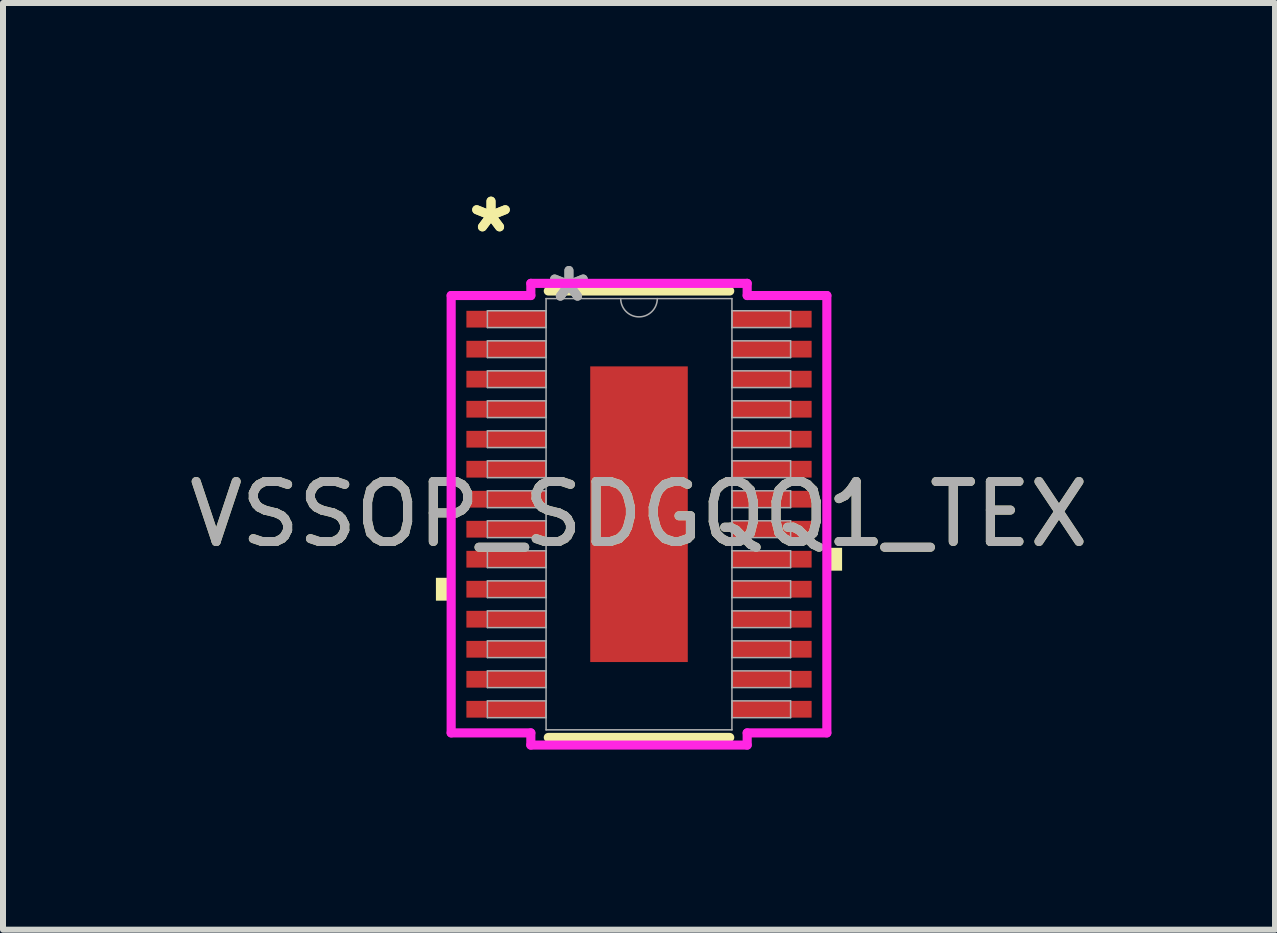
<source format=kicad_pcb>
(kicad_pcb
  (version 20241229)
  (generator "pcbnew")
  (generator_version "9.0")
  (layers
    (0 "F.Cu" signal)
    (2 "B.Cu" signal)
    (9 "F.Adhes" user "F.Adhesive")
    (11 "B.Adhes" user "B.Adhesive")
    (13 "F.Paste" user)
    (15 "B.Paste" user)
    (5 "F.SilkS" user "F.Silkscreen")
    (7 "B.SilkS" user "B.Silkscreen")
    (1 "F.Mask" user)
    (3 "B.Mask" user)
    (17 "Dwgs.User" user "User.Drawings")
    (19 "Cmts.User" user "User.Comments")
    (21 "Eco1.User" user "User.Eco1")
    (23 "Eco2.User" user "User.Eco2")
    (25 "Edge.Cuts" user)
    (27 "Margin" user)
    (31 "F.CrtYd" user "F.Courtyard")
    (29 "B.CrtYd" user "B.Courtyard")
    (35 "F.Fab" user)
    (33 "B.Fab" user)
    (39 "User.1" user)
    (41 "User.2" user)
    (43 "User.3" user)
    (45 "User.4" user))
  (footprint "VSSOP_SDGQQ1_TEX"
    (layer "F.Cu")
    (at 7.601 5.521)
    (property "Reference" "VSSOP_SDGQQ1_TEX" (at 0 0 0) (unlocked yes) (layer "F.SilkS") (effects (font (size 1 1) (thickness 0.15))))
    (attr smd)
    (fp_line (start -1.512 3.721) (end 1.512 3.721) (stroke (width 0.152) (type solid)) (layer "F.SilkS"))
    (fp_line (start 1.512 -3.721) (end -1.512 -3.721) (stroke (width 0.152) (type solid)) (layer "F.SilkS"))
    (fp_poly (pts (xy -3.385 1.06) (xy -3.385 1.441) (xy -3.131 1.441) (xy -3.131 1.06)) (stroke (width 0) (type solid)) (fill yes) (layer "F.SilkS"))
    (fp_poly (pts (xy 3.385 0.56) (xy 3.385 0.941) (xy 3.131 0.941) (xy 3.131 0.56)) (stroke (width 0) (type solid)) (fill yes) (layer "F.SilkS"))
    (fp_poly (pts (xy -0.713 -2.364) (xy -0.713 -0.921) (xy 0.713 -0.921) (xy 0.713 -2.364)) (stroke (width 0) (type solid)) (fill yes) (layer "F.Paste"))
    (fp_poly (pts (xy -0.713 -0.721) (xy -0.713 0.721) (xy 0.713 0.721) (xy 0.713 -0.721)) (stroke (width 0) (type solid)) (fill yes) (layer "F.Paste"))
    (fp_poly (pts (xy -0.713 0.921) (xy -0.713 2.364) (xy 0.713 2.364) (xy 0.713 0.921)) (stroke (width 0) (type solid)) (fill yes) (layer "F.Paste"))
    (fp_line (start -3.131 -3.645) (end -1.803 -3.645) (stroke (width 0.152) (type solid)) (layer "F.CrtYd"))
    (fp_line (start -3.131 3.645) (end -3.131 -3.645) (stroke (width 0.152) (type solid)) (layer "F.CrtYd"))
    (fp_line (start -3.131 3.645) (end -1.803 3.645) (stroke (width 0.152) (type solid)) (layer "F.CrtYd"))
    (fp_line (start -1.803 -3.848) (end 1.803 -3.848) (stroke (width 0.152) (type solid)) (layer "F.CrtYd"))
    (fp_line (start -1.803 -3.645) (end -1.803 -3.848) (stroke (width 0.152) (type solid)) (layer "F.CrtYd"))
    (fp_line (start -1.803 3.848) (end -1.803 3.645) (stroke (width 0.152) (type solid)) (layer "F.CrtYd"))
    (fp_line (start 1.803 -3.848) (end 1.803 -3.645) (stroke (width 0.152) (type solid)) (layer "F.CrtYd"))
    (fp_line (start 1.803 3.645) (end 1.803 3.848) (stroke (width 0.152) (type solid)) (layer "F.CrtYd"))
    (fp_line (start 1.803 3.848) (end -1.803 3.848) (stroke (width 0.152) (type solid)) (layer "F.CrtYd"))
    (fp_line (start 3.131 -3.645) (end 1.803 -3.645) (stroke (width 0.152) (type solid)) (layer "F.CrtYd"))
    (fp_line (start 3.131 -3.645) (end 3.131 3.645) (stroke (width 0.152) (type solid)) (layer "F.CrtYd"))
    (fp_line (start 3.131 3.645) (end 1.803 3.645) (stroke (width 0.152) (type solid)) (layer "F.CrtYd"))
    (fp_line (start -2.527 -3.391) (end -2.527 -3.111) (stroke (width 0.025) (type solid)) (layer "F.Fab"))
    (fp_line (start -2.527 -3.111) (end -1.549 -3.111) (stroke (width 0.025) (type solid)) (layer "F.Fab"))
    (fp_line (start -2.527 -2.89) (end -2.527 -2.611) (stroke (width 0.025) (type solid)) (layer "F.Fab"))
    (fp_line (start -2.527 -2.611) (end -1.549 -2.611) (stroke (width 0.025) (type solid)) (layer "F.Fab"))
    (fp_line (start -2.527 -2.39) (end -2.527 -2.111) (stroke (width 0.025) (type solid)) (layer "F.Fab"))
    (fp_line (start -2.527 -2.111) (end -1.549 -2.111) (stroke (width 0.025) (type solid)) (layer "F.Fab"))
    (fp_line (start -2.527 -1.89) (end -2.527 -1.611) (stroke (width 0.025) (type solid)) (layer "F.Fab"))
    (fp_line (start -2.527 -1.611) (end -1.549 -1.611) (stroke (width 0.025) (type solid)) (layer "F.Fab"))
    (fp_line (start -2.527 -1.39) (end -2.527 -1.111) (stroke (width 0.025) (type solid)) (layer "F.Fab"))
    (fp_line (start -2.527 -1.111) (end -1.549 -1.111) (stroke (width 0.025) (type solid)) (layer "F.Fab"))
    (fp_line (start -2.527 -0.89) (end -2.527 -0.61) (stroke (width 0.025) (type solid)) (layer "F.Fab"))
    (fp_line (start -2.527 -0.61) (end -1.549 -0.61) (stroke (width 0.025) (type solid)) (layer "F.Fab"))
    (fp_line (start -2.527 -0.39) (end -2.527 -0.11) (stroke (width 0.025) (type solid)) (layer "F.Fab"))
    (fp_line (start -2.527 -0.11) (end -1.549 -0.11) (stroke (width 0.025) (type solid)) (layer "F.Fab"))
    (fp_line (start -2.527 0.11) (end -2.527 0.39) (stroke (width 0.025) (type solid)) (layer "F.Fab"))
    (fp_line (start -2.527 0.39) (end -1.549 0.39) (stroke (width 0.025) (type solid)) (layer "F.Fab"))
    (fp_line (start -2.527 0.61) (end -2.527 0.89) (stroke (width 0.025) (type solid)) (layer "F.Fab"))
    (fp_line (start -2.527 0.89) (end -1.549 0.89) (stroke (width 0.025) (type solid)) (layer "F.Fab"))
    (fp_line (start -2.527 1.111) (end -2.527 1.39) (stroke (width 0.025) (type solid)) (layer "F.Fab"))
    (fp_line (start -2.527 1.39) (end -1.549 1.39) (stroke (width 0.025) (type solid)) (layer "F.Fab"))
    (fp_line (start -2.527 1.611) (end -2.527 1.89) (stroke (width 0.025) (type solid)) (layer "F.Fab"))
    (fp_line (start -2.527 1.89) (end -1.549 1.89) (stroke (width 0.025) (type solid)) (layer "F.Fab"))
    (fp_line (start -2.527 2.111) (end -2.527 2.39) (stroke (width 0.025) (type solid)) (layer "F.Fab"))
    (fp_line (start -2.527 2.39) (end -1.549 2.39) (stroke (width 0.025) (type solid)) (layer "F.Fab"))
    (fp_line (start -2.527 2.611) (end -2.527 2.89) (stroke (width 0.025) (type solid)) (layer "F.Fab"))
    (fp_line (start -2.527 2.89) (end -1.549 2.89) (stroke (width 0.025) (type solid)) (layer "F.Fab"))
    (fp_line (start -2.527 3.111) (end -2.527 3.391) (stroke (width 0.025) (type solid)) (layer "F.Fab"))
    (fp_line (start -2.527 3.391) (end -1.549 3.391) (stroke (width 0.025) (type solid)) (layer "F.Fab"))
    (fp_line (start -1.549 -3.594) (end -1.549 3.594) (stroke (width 0.025) (type solid)) (layer "F.Fab"))
    (fp_line (start -1.549 -3.391) (end -2.527 -3.391) (stroke (width 0.025) (type solid)) (layer "F.Fab"))
    (fp_line (start -1.549 -3.111) (end -1.549 -3.391) (stroke (width 0.025) (type solid)) (layer "F.Fab"))
    (fp_line (start -1.549 -2.89) (end -2.527 -2.89) (stroke (width 0.025) (type solid)) (layer "F.Fab"))
    (fp_line (start -1.549 -2.611) (end -1.549 -2.89) (stroke (width 0.025) (type solid)) (layer "F.Fab"))
    (fp_line (start -1.549 -2.39) (end -2.527 -2.39) (stroke (width 0.025) (type solid)) (layer "F.Fab"))
    (fp_line (start -1.549 -2.111) (end -1.549 -2.39) (stroke (width 0.025) (type solid)) (layer "F.Fab"))
    (fp_line (start -1.549 -1.89) (end -2.527 -1.89) (stroke (width 0.025) (type solid)) (layer "F.Fab"))
    (fp_line (start -1.549 -1.611) (end -1.549 -1.89) (stroke (width 0.025) (type solid)) (layer "F.Fab"))
    (fp_line (start -1.549 -1.39) (end -2.527 -1.39) (stroke (width 0.025) (type solid)) (layer "F.Fab"))
    (fp_line (start -1.549 -1.111) (end -1.549 -1.39) (stroke (width 0.025) (type solid)) (layer "F.Fab"))
    (fp_line (start -1.549 -0.89) (end -2.527 -0.89) (stroke (width 0.025) (type solid)) (layer "F.Fab"))
    (fp_line (start -1.549 -0.61) (end -1.549 -0.89) (stroke (width 0.025) (type solid)) (layer "F.Fab"))
    (fp_line (start -1.549 -0.39) (end -2.527 -0.39) (stroke (width 0.025) (type solid)) (layer "F.Fab"))
    (fp_line (start -1.549 -0.11) (end -1.549 -0.39) (stroke (width 0.025) (type solid)) (layer "F.Fab"))
    (fp_line (start -1.549 0.11) (end -2.527 0.11) (stroke (width 0.025) (type solid)) (layer "F.Fab"))
    (fp_line (start -1.549 0.39) (end -1.549 0.11) (stroke (width 0.025) (type solid)) (layer "F.Fab"))
    (fp_line (start -1.549 0.61) (end -2.527 0.61) (stroke (width 0.025) (type solid)) (layer "F.Fab"))
    (fp_line (start -1.549 0.89) (end -1.549 0.61) (stroke (width 0.025) (type solid)) (layer "F.Fab"))
    (fp_line (start -1.549 1.111) (end -2.527 1.111) (stroke (width 0.025) (type solid)) (layer "F.Fab"))
    (fp_line (start -1.549 1.39) (end -1.549 1.111) (stroke (width 0.025) (type solid)) (layer "F.Fab"))
    (fp_line (start -1.549 1.611) (end -2.527 1.611) (stroke (width 0.025) (type solid)) (layer "F.Fab"))
    (fp_line (start -1.549 1.89) (end -1.549 1.611) (stroke (width 0.025) (type solid)) (layer "F.Fab"))
    (fp_line (start -1.549 2.111) (end -2.527 2.111) (stroke (width 0.025) (type solid)) (layer "F.Fab"))
    (fp_line (start -1.549 2.39) (end -1.549 2.111) (stroke (width 0.025) (type solid)) (layer "F.Fab"))
    (fp_line (start -1.549 2.611) (end -2.527 2.611) (stroke (width 0.025) (type solid)) (layer "F.Fab"))
    (fp_line (start -1.549 2.89) (end -1.549 2.611) (stroke (width 0.025) (type solid)) (layer "F.Fab"))
    (fp_line (start -1.549 3.111) (end -2.527 3.111) (stroke (width 0.025) (type solid)) (layer "F.Fab"))
    (fp_line (start -1.549 3.391) (end -1.549 3.111) (stroke (width 0.025) (type solid)) (layer "F.Fab"))
    (fp_line (start -1.549 3.594) (end 1.549 3.594) (stroke (width 0.025) (type solid)) (layer "F.Fab"))
    (fp_line (start 1.549 -3.594) (end -1.549 -3.594) (stroke (width 0.025) (type solid)) (layer "F.Fab"))
    (fp_line (start 1.549 -3.391) (end 1.549 -3.111) (stroke (width 0.025) (type solid)) (layer "F.Fab"))
    (fp_line (start 1.549 -3.111) (end 2.527 -3.111) (stroke (width 0.025) (type solid)) (layer "F.Fab"))
    (fp_line (start 1.549 -2.89) (end 1.549 -2.611) (stroke (width 0.025) (type solid)) (layer "F.Fab"))
    (fp_line (start 1.549 -2.611) (end 2.527 -2.611) (stroke (width 0.025) (type solid)) (layer "F.Fab"))
    (fp_line (start 1.549 -2.39) (end 1.549 -2.111) (stroke (width 0.025) (type solid)) (layer "F.Fab"))
    (fp_line (start 1.549 -2.111) (end 2.527 -2.111) (stroke (width 0.025) (type solid)) (layer "F.Fab"))
    (fp_line (start 1.549 -1.89) (end 1.549 -1.611) (stroke (width 0.025) (type solid)) (layer "F.Fab"))
    (fp_line (start 1.549 -1.611) (end 2.527 -1.611) (stroke (width 0.025) (type solid)) (layer "F.Fab"))
    (fp_line (start 1.549 -1.39) (end 1.549 -1.111) (stroke (width 0.025) (type solid)) (layer "F.Fab"))
    (fp_line (start 1.549 -1.111) (end 2.527 -1.111) (stroke (width 0.025) (type solid)) (layer "F.Fab"))
    (fp_line (start 1.549 -0.89) (end 1.549 -0.61) (stroke (width 0.025) (type solid)) (layer "F.Fab"))
    (fp_line (start 1.549 -0.61) (end 2.527 -0.61) (stroke (width 0.025) (type solid)) (layer "F.Fab"))
    (fp_line (start 1.549 -0.39) (end 1.549 -0.11) (stroke (width 0.025) (type solid)) (layer "F.Fab"))
    (fp_line (start 1.549 -0.11) (end 2.527 -0.11) (stroke (width 0.025) (type solid)) (layer "F.Fab"))
    (fp_line (start 1.549 0.11) (end 1.549 0.39) (stroke (width 0.025) (type solid)) (layer "F.Fab"))
    (fp_line (start 1.549 0.39) (end 2.527 0.39) (stroke (width 0.025) (type solid)) (layer "F.Fab"))
    (fp_line (start 1.549 0.61) (end 1.549 0.89) (stroke (width 0.025) (type solid)) (layer "F.Fab"))
    (fp_line (start 1.549 0.89) (end 2.527 0.89) (stroke (width 0.025) (type solid)) (layer "F.Fab"))
    (fp_line (start 1.549 1.111) (end 1.549 1.39) (stroke (width 0.025) (type solid)) (layer "F.Fab"))
    (fp_line (start 1.549 1.39) (end 2.527 1.39) (stroke (width 0.025) (type solid)) (layer "F.Fab"))
    (fp_line (start 1.549 1.611) (end 1.549 1.89) (stroke (width 0.025) (type solid)) (layer "F.Fab"))
    (fp_line (start 1.549 1.89) (end 2.527 1.89) (stroke (width 0.025) (type solid)) (layer "F.Fab"))
    (fp_line (start 1.549 2.111) (end 1.549 2.39) (stroke (width 0.025) (type solid)) (layer "F.Fab"))
    (fp_line (start 1.549 2.39) (end 2.527 2.39) (stroke (width 0.025) (type solid)) (layer "F.Fab"))
    (fp_line (start 1.549 2.611) (end 1.549 2.89) (stroke (width 0.025) (type solid)) (layer "F.Fab"))
    (fp_line (start 1.549 2.89) (end 2.527 2.89) (stroke (width 0.025) (type solid)) (layer "F.Fab"))
    (fp_line (start 1.549 3.111) (end 1.549 3.391) (stroke (width 0.025) (type solid)) (layer "F.Fab"))
    (fp_line (start 1.549 3.391) (end 2.527 3.391) (stroke (width 0.025) (type solid)) (layer "F.Fab"))
    (fp_line (start 1.549 3.594) (end 1.549 -3.594) (stroke (width 0.025) (type solid)) (layer "F.Fab"))
    (fp_line (start 2.527 -3.391) (end 1.549 -3.391) (stroke (width 0.025) (type solid)) (layer "F.Fab"))
    (fp_line (start 2.527 -3.111) (end 2.527 -3.391) (stroke (width 0.025) (type solid)) (layer "F.Fab"))
    (fp_line (start 2.527 -2.89) (end 1.549 -2.89) (stroke (width 0.025) (type solid)) (layer "F.Fab"))
    (fp_line (start 2.527 -2.611) (end 2.527 -2.89) (stroke (width 0.025) (type solid)) (layer "F.Fab"))
    (fp_line (start 2.527 -2.39) (end 1.549 -2.39) (stroke (width 0.025) (type solid)) (layer "F.Fab"))
    (fp_line (start 2.527 -2.111) (end 2.527 -2.39) (stroke (width 0.025) (type solid)) (layer "F.Fab"))
    (fp_line (start 2.527 -1.89) (end 1.549 -1.89) (stroke (width 0.025) (type solid)) (layer "F.Fab"))
    (fp_line (start 2.527 -1.611) (end 2.527 -1.89) (stroke (width 0.025) (type solid)) (layer "F.Fab"))
    (fp_line (start 2.527 -1.39) (end 1.549 -1.39) (stroke (width 0.025) (type solid)) (layer "F.Fab"))
    (fp_line (start 2.527 -1.111) (end 2.527 -1.39) (stroke (width 0.025) (type solid)) (layer "F.Fab"))
    (fp_line (start 2.527 -0.89) (end 1.549 -0.89) (stroke (width 0.025) (type solid)) (layer "F.Fab"))
    (fp_line (start 2.527 -0.61) (end 2.527 -0.89) (stroke (width 0.025) (type solid)) (layer "F.Fab"))
    (fp_line (start 2.527 -0.39) (end 1.549 -0.39) (stroke (width 0.025) (type solid)) (layer "F.Fab"))
    (fp_line (start 2.527 -0.11) (end 2.527 -0.39) (stroke (width 0.025) (type solid)) (layer "F.Fab"))
    (fp_line (start 2.527 0.11) (end 1.549 0.11) (stroke (width 0.025) (type solid)) (layer "F.Fab"))
    (fp_line (start 2.527 0.39) (end 2.527 0.11) (stroke (width 0.025) (type solid)) (layer "F.Fab"))
    (fp_line (start 2.527 0.61) (end 1.549 0.61) (stroke (width 0.025) (type solid)) (layer "F.Fab"))
    (fp_line (start 2.527 0.89) (end 2.527 0.61) (stroke (width 0.025) (type solid)) (layer "F.Fab"))
    (fp_line (start 2.527 1.111) (end 1.549 1.111) (stroke (width 0.025) (type solid)) (layer "F.Fab"))
    (fp_line (start 2.527 1.39) (end 2.527 1.111) (stroke (width 0.025) (type solid)) (layer "F.Fab"))
    (fp_line (start 2.527 1.611) (end 1.549 1.611) (stroke (width 0.025) (type solid)) (layer "F.Fab"))
    (fp_line (start 2.527 1.89) (end 2.527 1.611) (stroke (width 0.025) (type solid)) (layer "F.Fab"))
    (fp_line (start 2.527 2.111) (end 1.549 2.111) (stroke (width 0.025) (type solid)) (layer "F.Fab"))
    (fp_line (start 2.527 2.39) (end 2.527 2.111) (stroke (width 0.025) (type solid)) (layer "F.Fab"))
    (fp_line (start 2.527 2.611) (end 1.549 2.611) (stroke (width 0.025) (type solid)) (layer "F.Fab"))
    (fp_line (start 2.527 2.89) (end 2.527 2.611) (stroke (width 0.025) (type solid)) (layer "F.Fab"))
    (fp_line (start 2.527 3.111) (end 1.549 3.111) (stroke (width 0.025) (type solid)) (layer "F.Fab"))
    (fp_line (start 2.527 3.391) (end 2.527 3.111) (stroke (width 0.025) (type solid)) (layer "F.Fab"))
    (fp_arc (start 0.3048 -3.5941) (mid 0 -3.2893) (end -0.3048 -3.5941) (stroke (width 0.0254) (type solid)) (layer "F.Fab"))
    (fp_text user "*" (at -2.467 -4.673 0) (layer "F.SilkS") (effects (font (size 1 1) (thickness 0.15))))
    (fp_text user "*" (at -2.467 -4.673 0) (unlocked yes) (layer "F.SilkS") (effects (font (size 1 1) (thickness 0.15))))
    (fp_text user "*" (at -1.168 -3.518 0) (unlocked yes) (layer "F.Fab") (effects (font (size 1 1) (thickness 0.15))))
    (fp_text user "${REFERENCE}" (at 0 0 0) (unlocked yes) (layer "F.Fab") (effects (font (size 1 1) (thickness 0.15))))
    (fp_text user "*" (at -1.168 -3.518 0) (layer "F.Fab") (effects (font (size 1 1) (thickness 0.15))))
    (pad "1" smd rect (at -2.213 -3.251) (size 1.328 0.279) (layers "F.Cu" "F.Mask" "F.Paste"))
    (pad "2" smd rect (at -2.213 -2.751) (size 1.328 0.279) (layers "F.Cu" "F.Mask" "F.Paste"))
    (pad "3" smd rect (at -2.213 -2.251) (size 1.328 0.279) (layers "F.Cu" "F.Mask" "F.Paste"))
    (pad "4" smd rect (at -2.213 -1.75) (size 1.328 0.279) (layers "F.Cu" "F.Mask" "F.Paste"))
    (pad "5" smd rect (at -2.213 -1.25) (size 1.328 0.279) (layers "F.Cu" "F.Mask" "F.Paste"))
    (pad "6" smd rect (at -2.213 -0.75) (size 1.328 0.279) (layers "F.Cu" "F.Mask" "F.Paste"))
    (pad "7" smd rect (at -2.213 -0.25) (size 1.328 0.279) (layers "F.Cu" "F.Mask" "F.Paste"))
    (pad "8" smd rect (at -2.213 0.25) (size 1.328 0.279) (layers "F.Cu" "F.Mask" "F.Paste"))
    (pad "9" smd rect (at -2.213 0.75) (size 1.328 0.279) (layers "F.Cu" "F.Mask" "F.Paste"))
    (pad "10" smd rect (at -2.213 1.25) (size 1.328 0.279) (layers "F.Cu" "F.Mask" "F.Paste"))
    (pad "11" smd rect (at -2.213 1.75) (size 1.328 0.279) (layers "F.Cu" "F.Mask" "F.Paste"))
    (pad "12" smd rect (at -2.213 2.251) (size 1.328 0.279) (layers "F.Cu" "F.Mask" "F.Paste"))
    (pad "13" smd rect (at -2.213 2.751) (size 1.328 0.279) (layers "F.Cu" "F.Mask" "F.Paste"))
    (pad "14" smd rect (at -2.213 3.251) (size 1.328 0.279) (layers "F.Cu" "F.Mask" "F.Paste"))
    (pad "15" smd rect (at 2.213 3.251) (size 1.328 0.279) (layers "F.Cu" "F.Mask" "F.Paste"))
    (pad "16" smd rect (at 2.213 2.751) (size 1.328 0.279) (layers "F.Cu" "F.Mask" "F.Paste"))
    (pad "17" smd rect (at 2.213 2.251) (size 1.328 0.279) (layers "F.Cu" "F.Mask" "F.Paste"))
    (pad "18" smd rect (at 2.213 1.75) (size 1.328 0.279) (layers "F.Cu" "F.Mask" "F.Paste"))
    (pad "19" smd rect (at 2.213 1.25) (size 1.328 0.279) (layers "F.Cu" "F.Mask" "F.Paste"))
    (pad "20" smd rect (at 2.213 0.75) (size 1.328 0.279) (layers "F.Cu" "F.Mask" "F.Paste"))
    (pad "21" smd rect (at 2.213 0.25) (size 1.328 0.279) (layers "F.Cu" "F.Mask" "F.Paste"))
    (pad "22" smd rect (at 2.213 -0.25) (size 1.328 0.279) (layers "F.Cu" "F.Mask" "F.Paste"))
    (pad "23" smd rect (at 2.213 -0.75) (size 1.328 0.279) (layers "F.Cu" "F.Mask" "F.Paste"))
    (pad "24" smd rect (at 2.213 -1.25) (size 1.328 0.279) (layers "F.Cu" "F.Mask" "F.Paste"))
    (pad "25" smd rect (at 2.213 -1.75) (size 1.328 0.279) (layers "F.Cu" "F.Mask" "F.Paste"))
    (pad "26" smd rect (at 2.213 -2.251) (size 1.328 0.279) (layers "F.Cu" "F.Mask" "F.Paste"))
    (pad "27" smd rect (at 2.213 -2.751) (size 1.328 0.279) (layers "F.Cu" "F.Mask" "F.Paste"))
    (pad "28" smd rect (at 2.213 -3.251) (size 1.328 0.279) (layers "F.Cu" "F.Mask" "F.Paste"))
    (pad "EPAD" smd rect (at 0 0) (size 1.626 4.928) (layers "F.Cu" "F.Mask")))
  (gr_rect
    (start -3 -3)
    (end 18.202 12.446)
    (stroke (width 0.1) (type default))
    (fill no)
    (layer "Edge.Cuts")))
</source>
